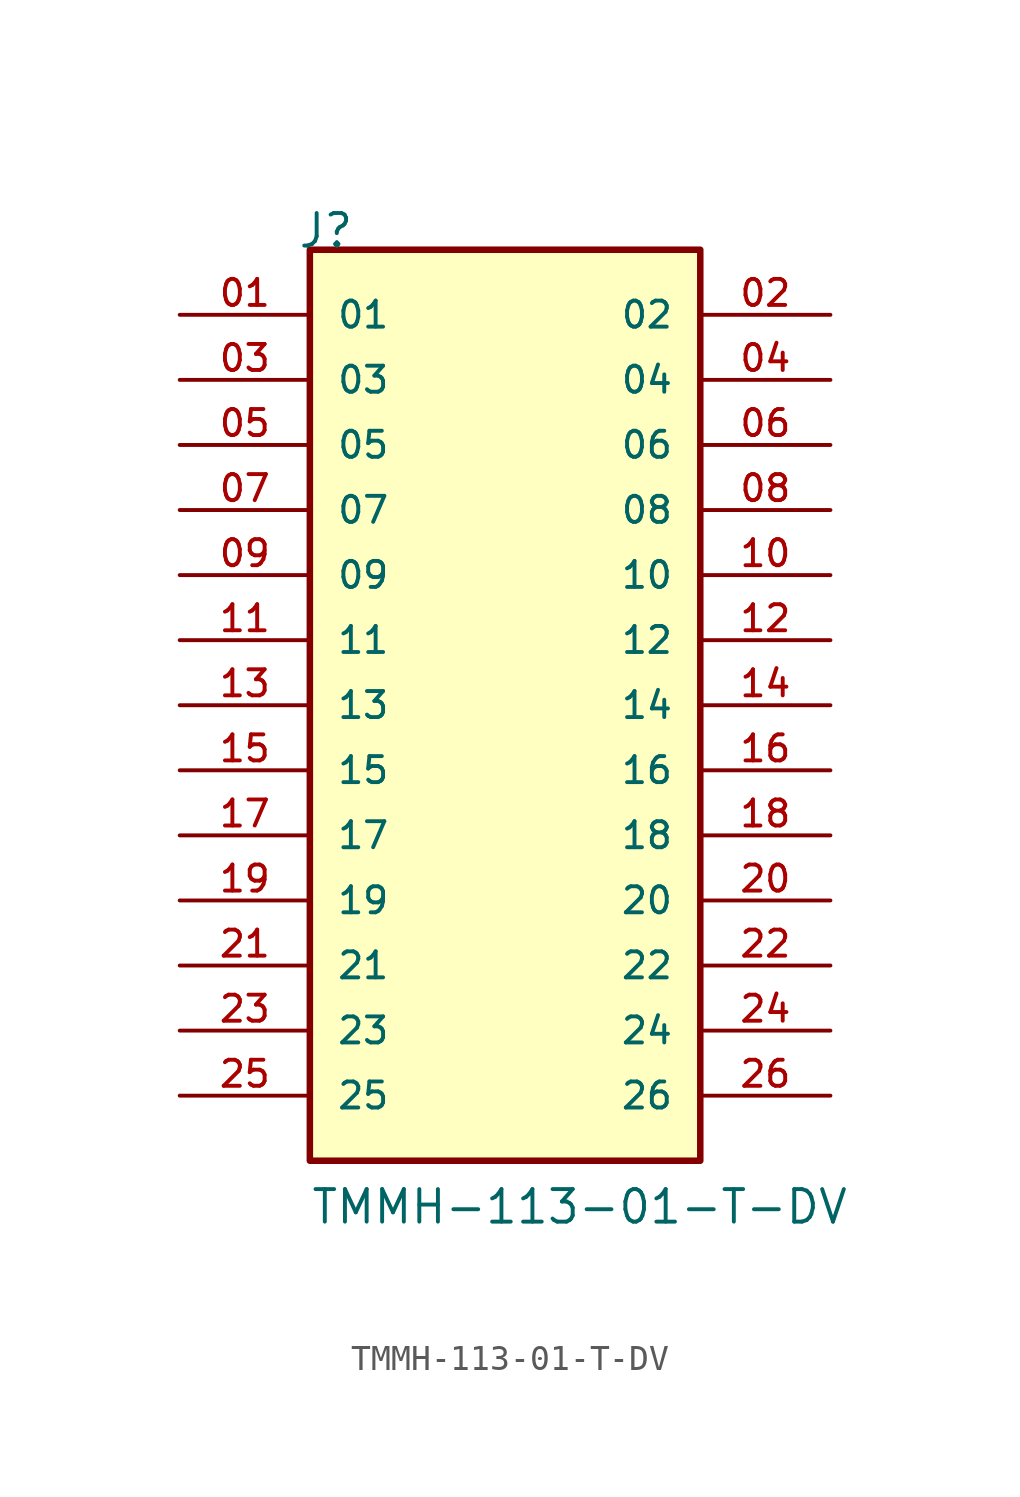
<source format=kicad_sym>
(kicad_symbol_lib
  (version 20211014)
  (generator kicad_symbol_editor)
  (symbol "TMMH-113-01-T-DV"
    (pin_names
      (offset 1.016))
    (property "Reference" "J"
      (at -8.12 17.78 0)
      (effects (font (size 1.27 1.27)) (justify bottom left)))
    (property "Value" "TMMH-113-01-T-DV"
      (at -7.62 -20.32 0)
      (effects (font (size 1.27 1.27)) (justify bottom left)))
    (symbol "TMMH-113-01-T-DV_0_0"
      (rectangle (start -7.62 -17.78) (end 7.62 17.78) (stroke (width 0.254)) (fill (type background)))
      (pin passive line (at -12.7 15.24 0) (length 5.08) (name "01" (effects (font (size 1.016 1.016)))) (number "01" (effects (font (size 1.016 1.016)))))
      (pin passive line (at 12.7 15.24 180.0) (length 5.08) (name "02" (effects (font (size 1.016 1.016)))) (number "02" (effects (font (size 1.016 1.016)))))
      (pin passive line (at -12.7 12.7 0) (length 5.08) (name "03" (effects (font (size 1.016 1.016)))) (number "03" (effects (font (size 1.016 1.016)))))
      (pin passive line (at 12.7 12.7 180.0) (length 5.08) (name "04" (effects (font (size 1.016 1.016)))) (number "04" (effects (font (size 1.016 1.016)))))
      (pin passive line (at -12.7 10.16 0) (length 5.08) (name "05" (effects (font (size 1.016 1.016)))) (number "05" (effects (font (size 1.016 1.016)))))
      (pin passive line (at 12.7 10.16 180.0) (length 5.08) (name "06" (effects (font (size 1.016 1.016)))) (number "06" (effects (font (size 1.016 1.016)))))
      (pin passive line (at -12.7 7.62 0) (length 5.08) (name "07" (effects (font (size 1.016 1.016)))) (number "07" (effects (font (size 1.016 1.016)))))
      (pin passive line (at 12.7 7.62 180.0) (length 5.08) (name "08" (effects (font (size 1.016 1.016)))) (number "08" (effects (font (size 1.016 1.016)))))
      (pin passive line (at -12.7 5.08 0) (length 5.08) (name "09" (effects (font (size 1.016 1.016)))) (number "09" (effects (font (size 1.016 1.016)))))
      (pin passive line (at 12.7 5.08 180.0) (length 5.08) (name "10" (effects (font (size 1.016 1.016)))) (number "10" (effects (font (size 1.016 1.016)))))
      (pin passive line (at -12.7 2.54 0) (length 5.08) (name "11" (effects (font (size 1.016 1.016)))) (number "11" (effects (font (size 1.016 1.016)))))
      (pin passive line (at 12.7 2.54 180.0) (length 5.08) (name "12" (effects (font (size 1.016 1.016)))) (number "12" (effects (font (size 1.016 1.016)))))
      (pin passive line (at -12.7 0.0 0) (length 5.08) (name "13" (effects (font (size 1.016 1.016)))) (number "13" (effects (font (size 1.016 1.016)))))
      (pin passive line (at 12.7 0.0 180.0) (length 5.08) (name "14" (effects (font (size 1.016 1.016)))) (number "14" (effects (font (size 1.016 1.016)))))
      (pin passive line (at -12.7 -2.54 0) (length 5.08) (name "15" (effects (font (size 1.016 1.016)))) (number "15" (effects (font (size 1.016 1.016)))))
      (pin passive line (at 12.7 -2.54 180.0) (length 5.08) (name "16" (effects (font (size 1.016 1.016)))) (number "16" (effects (font (size 1.016 1.016)))))
      (pin passive line (at -12.7 -5.08 0) (length 5.08) (name "17" (effects (font (size 1.016 1.016)))) (number "17" (effects (font (size 1.016 1.016)))))
      (pin passive line (at 12.7 -5.08 180.0) (length 5.08) (name "18" (effects (font (size 1.016 1.016)))) (number "18" (effects (font (size 1.016 1.016)))))
      (pin passive line (at -12.7 -7.62 0) (length 5.08) (name "19" (effects (font (size 1.016 1.016)))) (number "19" (effects (font (size 1.016 1.016)))))
      (pin passive line (at 12.7 -7.62 180.0) (length 5.08) (name "20" (effects (font (size 1.016 1.016)))) (number "20" (effects (font (size 1.016 1.016)))))
      (pin passive line (at -12.7 -10.16 0) (length 5.08) (name "21" (effects (font (size 1.016 1.016)))) (number "21" (effects (font (size 1.016 1.016)))))
      (pin passive line (at 12.7 -10.16 180.0) (length 5.08) (name "22" (effects (font (size 1.016 1.016)))) (number "22" (effects (font (size 1.016 1.016)))))
      (pin passive line (at -12.7 -12.7 0) (length 5.08) (name "23" (effects (font (size 1.016 1.016)))) (number "23" (effects (font (size 1.016 1.016)))))
      (pin passive line (at 12.7 -12.7 180.0) (length 5.08) (name "24" (effects (font (size 1.016 1.016)))) (number "24" (effects (font (size 1.016 1.016)))))
      (pin passive line (at -12.7 -15.24 0) (length 5.08) (name "25" (effects (font (size 1.016 1.016)))) (number "25" (effects (font (size 1.016 1.016)))))
      (pin passive line (at 12.7 -15.24 180.0) (length 5.08) (name "26" (effects (font (size 1.016 1.016)))) (number "26" (effects (font (size 1.016 1.016))))))))
</source>
